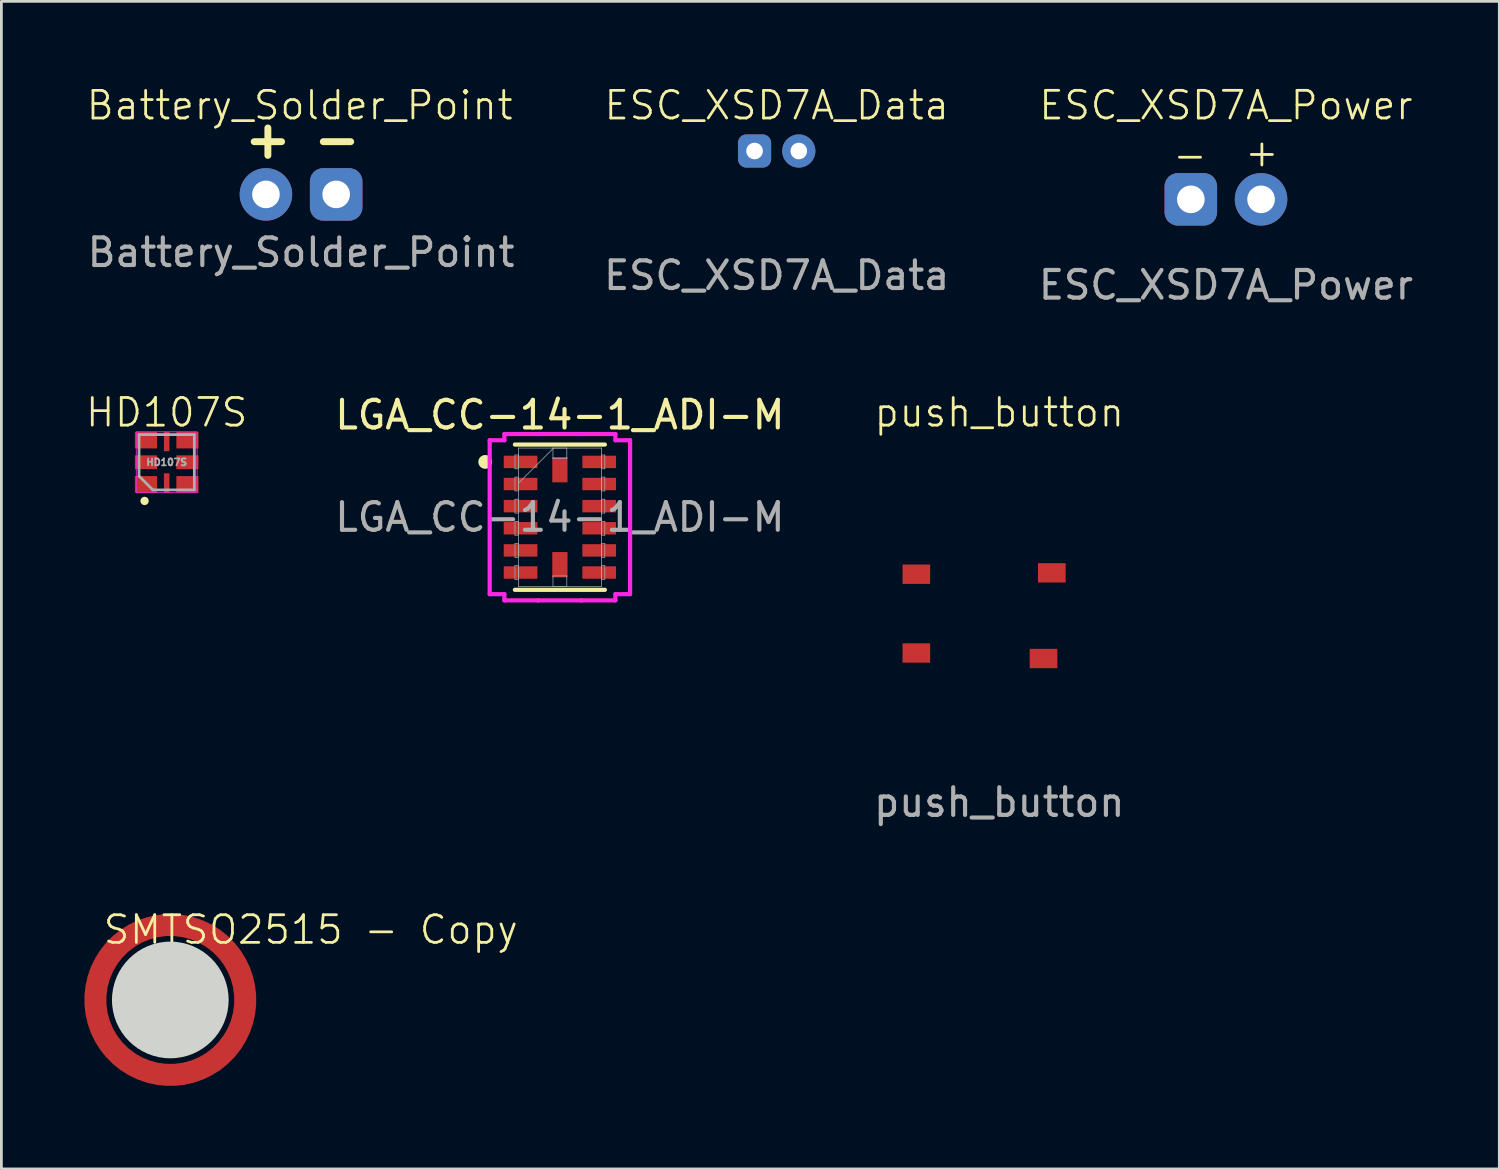
<source format=kicad_pcb>
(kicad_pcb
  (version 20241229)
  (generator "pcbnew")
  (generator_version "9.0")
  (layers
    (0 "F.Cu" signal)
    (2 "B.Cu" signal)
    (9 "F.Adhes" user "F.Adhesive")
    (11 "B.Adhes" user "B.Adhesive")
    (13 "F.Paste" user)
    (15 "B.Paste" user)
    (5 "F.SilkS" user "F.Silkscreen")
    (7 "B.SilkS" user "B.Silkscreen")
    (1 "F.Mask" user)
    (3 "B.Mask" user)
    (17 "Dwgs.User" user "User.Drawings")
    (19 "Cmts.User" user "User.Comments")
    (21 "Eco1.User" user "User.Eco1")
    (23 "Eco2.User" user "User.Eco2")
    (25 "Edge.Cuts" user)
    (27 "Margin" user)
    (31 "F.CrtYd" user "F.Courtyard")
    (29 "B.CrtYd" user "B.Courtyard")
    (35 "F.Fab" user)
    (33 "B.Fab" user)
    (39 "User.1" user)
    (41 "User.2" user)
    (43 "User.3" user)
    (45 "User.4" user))
  (footprint "Battery_Solder_Point"
    (layer "F.Cu")
    (at 7.839 3.981)
    (property "Reference" "Battery_Solder_Point" (at -0.05 -3.22 0) (unlocked yes) (layer "F.SilkS") (effects (font (size 1 1) (thickness 0.1))))
    (attr through_hole)
    (fp_text user "+" (at -1.2 -2 0) (unlocked yes) (layer "F.SilkS") (effects (font (size 1.3 1.3) (thickness 0.25) (bold yes))))
    (fp_text user "-" (at 1.3 -2 0) (unlocked yes) (layer "F.SilkS") (effects (font (size 1.3 1.3) (thickness 0.25) (bold yes))))
    (fp_text user "${REFERENCE}" (at 0 2.1 0) (unlocked yes) (layer "F.Fab") (effects (font (size 1 1) (thickness 0.15))))
    (pad "1" thru_hole circle (at -1.27 0) (size 1.9 1.9) (drill 1) (layers "*.Cu" "*.Mask"))
    (pad "2" thru_hole roundrect (at 1.27 0) (size 1.9 1.9) (drill 1) (layers "*.Cu" "*.Mask") (roundrect_rratio 0.25)))
  (footprint "push_button"
    (layer "F.Cu")
    (at 33.094 19.069)
    (property "Reference" "push_button" (at 0 -7.2 0) (unlocked yes) (layer "F.SilkS") (effects (font (size 1 1) (thickness 0.1))))
    (attr smd)
    (fp_text user "${REFERENCE}" (at 0 6.9 0) (unlocked yes) (layer "F.Fab") (effects (font (size 1 1) (thickness 0.15))))
    (pad "1" smd rect (at -3 -1.35) (size 1 0.7) (layers "F.Cu" "F.Mask" "F.Paste"))
    (pad "2" smd rect (at -3 1.5) (size 1 0.7) (layers "F.Cu" "F.Mask" "F.Paste"))
    (pad "3" smd rect (at 1.6 1.7) (size 1 0.7) (layers "F.Cu" "F.Mask" "F.Paste"))
    (pad "4" smd rect (at 1.9 -1.4) (size 1 0.7) (layers "F.Cu" "F.Mask" "F.Paste")))
  (footprint "SMTSO2515 - Copy"
    (layer "F.Cu")
    (at 3.11 33.118)
    (property "Reference" "SMTSO2515 - Copy" (at 5.08 -2.54 0) (unlocked yes) (layer "F.SilkS") (effects (font (size 1 1) (thickness 0.1))))
    (attr smd)
    (fp_arc (start -2.341618 1.3375) (mid -2.7 0) (end -2.341618 -1.3375) (stroke (width 0.8) (type default)) (layer "F.Paste"))
    (fp_arc (start -1.337501 -2.341618) (mid -0.000001 -2.7) (end 1.337499 -2.341618) (stroke (width 0.8) (type default)) (layer "F.Paste"))
    (fp_arc (start 1.337499 2.341618) (mid -0.000001 2.7) (end -1.337501 2.341618) (stroke (width 0.8) (type default)) (layer "F.Paste"))
    (fp_arc (start 2.341618 -1.3375) (mid 2.7 0) (end 2.341618 1.3375) (stroke (width 0.8) (type default)) (layer "F.Paste"))
    (fp_circle (center 0 0) (end 2.11 0) (stroke (width 0) (type solid)) (fill yes) (layer "Edge.Cuts"))
    (pad "1" smd custom (at -2.675 0) (size 0.1 0.1) (layers "F.Cu" "F.Mask") (options (anchor rect)) (primitives (gr_circle (center 2.675 0) (end 5.385 0) (width 0.8) (fill no)))))
  (footprint "ESC_XSD7A_Data"
    (layer "F.Cu")
    (at 25.042 2.412)
    (property "Reference" "ESC_XSD7A_Data" (at 0 -1.651 0) (unlocked yes) (layer "F.SilkS") (effects (font (size 1 1) (thickness 0.1))))
    (attr through_hole)
    (fp_text user "${REFERENCE}" (at 0 4.5 0) (unlocked yes) (layer "F.Fab") (effects (font (size 1 1) (thickness 0.15))))
    (pad "1" thru_hole roundrect (at -0.8 0) (size 1.2 1.2) (drill 0.6) (layers "*.Cu" "*.Mask") (roundrect_rratio 0.25))
    (pad "2" thru_hole circle (at 0.8 0) (size 1.2 1.2) (drill 0.6) (layers "*.Cu" "*.Mask")))
  (footprint "ESC_XSD7A_Power"
    (layer "F.Cu")
    (at 41.292 4.16)
    (property "Reference" "ESC_XSD7A_Power" (at 0 -3.4 0) (unlocked yes) (layer "F.SilkS") (effects (font (size 1 1) (thickness 0.1))))
    (attr through_hole)
    (fp_text user "-" (at -1.3 -1.6 0) (unlocked yes) (layer "F.SilkS") (effects (font (size 1 1) (thickness 0.1))))
    (fp_text user "+" (at 1.3 -1.7 0) (unlocked yes) (layer "F.SilkS") (effects (font (size 1 1) (thickness 0.1))))
    (fp_text user "${REFERENCE}" (at 0 3.1 0) (unlocked yes) (layer "F.Fab") (effects (font (size 1 1) (thickness 0.15))))
    (pad "1" thru_hole roundrect (at -1.27 0) (size 1.9 1.9) (drill 1) (layers "*.Cu" "*.Mask") (roundrect_rratio 0.25))
    (pad "2" thru_hole circle (at 1.27 0) (size 1.9 1.9) (drill 1) (layers "*.Cu" "*.Mask")))
  (footprint "HD107S"
    (layer "F.Cu")
    (at 2.979 13.669)
    (property "Reference" "HD107S" (at 0 -1.8 0) (unlocked yes) (layer "F.SilkS") (effects (font (size 1 1) (thickness 0.1))))
    (attr smd)
    (fp_circle (center -0.8 1.4) (end -0.7 1.4) (stroke (width 0.1) (type solid)) (fill yes) (layer "F.SilkS"))
    (fp_rect (start -1.1 -1.1) (end 1.1 1.1) (stroke (width 0.03) (type default)) (fill no) (layer "F.CrtYd"))
    (fp_line (start -1 -1) (end -1 0.5) (stroke (width 0.1) (type default)) (layer "F.Fab"))
    (fp_line (start -1 0.5) (end -0.5 1) (stroke (width 0.1) (type default)) (layer "F.Fab"))
    (fp_line (start -0.5 1) (end 1 1) (stroke (width 0.1) (type default)) (layer "F.Fab"))
    (fp_line (start 1 -1) (end -1 -1) (stroke (width 0.1) (type default)) (layer "F.Fab"))
    (fp_line (start 1 1) (end 1 -1) (stroke (width 0.1) (type default)) (layer "F.Fab"))
    (fp_text user "${REFERENCE}" (at 0 0 0) (unlocked yes) (layer "F.Fab") (effects (font (size 0.25 0.25) (thickness 0.062))))
    (pad "" smd rect (at 0 -0.75) (size 0.2 0.7) (layers "F.Cu" "F.Mask" "F.Paste"))
    (pad "" smd rect (at 0 0.75) (size 0.2 0.7) (layers "F.Cu" "F.Mask" "F.Paste"))
    (pad "1" smd rect (at -0.75 -0.8) (size 0.8 0.6) (layers "F.Cu" "F.Mask" "F.Paste"))
    (pad "2" smd rect (at -0.75 0) (size 0.8 0.5) (layers "F.Cu" "F.Mask" "F.Paste"))
    (pad "3" smd rect (at -0.75 0.8) (size 0.8 0.6) (layers "F.Cu" "F.Mask" "F.Paste"))
    (pad "4" smd rect (at 0.75 -0.8) (size 0.8 0.6) (layers "F.Cu" "F.Mask" "F.Paste"))
    (pad "5" smd rect (at 0.75 0) (size 0.8 0.5) (layers "F.Cu" "F.Mask" "F.Paste"))
    (pad "6" smd rect (at 0.75 0.8) (size 0.8 0.6) (layers "F.Cu" "F.Mask" "F.Paste")))
  (footprint "LGA_CC-14-1_ADI-M"
    (layer "F.Cu")
    (at 17.201 15.657)
    (property "Reference" "LGA_CC-14-1_ADI-M" (at 0 -3.7 0) (unlocked yes) (layer "F.SilkS") (effects (font (size 1 1) (thickness 0.15))))
    (attr smd)
    (fp_line (start -1.627 2.627) (end 1.627 2.627) (stroke (width 0.152) (type solid)) (layer "F.SilkS"))
    (fp_line (start 1.627 -2.627) (end -1.627 -2.627) (stroke (width 0.152) (type solid)) (layer "F.SilkS"))
    (fp_circle (center -2.7 -2) (end -2.5 -2) (stroke (width 0.1) (type solid)) (fill yes) (layer "F.SilkS"))
    (fp_line (start -2.539 -2.783) (end -2.008 -2.783) (stroke (width 0.152) (type solid)) (layer "F.CrtYd"))
    (fp_line (start -2.539 2.783) (end -2.539 -2.783) (stroke (width 0.152) (type solid)) (layer "F.CrtYd"))
    (fp_line (start -2.008 -3.008) (end -0.783 -3.008) (stroke (width 0.152) (type solid)) (layer "F.CrtYd"))
    (fp_line (start -2.008 -2.783) (end -2.008 -3.008) (stroke (width 0.152) (type solid)) (layer "F.CrtYd"))
    (fp_line (start -2.008 2.783) (end -2.539 2.783) (stroke (width 0.152) (type solid)) (layer "F.CrtYd"))
    (fp_line (start -2.008 3.008) (end -2.008 2.783) (stroke (width 0.152) (type solid)) (layer "F.CrtYd"))
    (fp_line (start -0.783 -3.008) (end -0.783 -3.008) (stroke (width 0.152) (type solid)) (layer "F.CrtYd"))
    (fp_line (start -0.783 -3.008) (end 0.783 -3.008) (stroke (width 0.152) (type solid)) (layer "F.CrtYd"))
    (fp_line (start -0.783 3.008) (end -2.008 3.008) (stroke (width 0.152) (type solid)) (layer "F.CrtYd"))
    (fp_line (start -0.783 3.008) (end -0.783 3.008) (stroke (width 0.152) (type solid)) (layer "F.CrtYd"))
    (fp_line (start 0.783 -3.008) (end 0.783 -3.008) (stroke (width 0.152) (type solid)) (layer "F.CrtYd"))
    (fp_line (start 0.783 -3.008) (end 2.008 -3.008) (stroke (width 0.152) (type solid)) (layer "F.CrtYd"))
    (fp_line (start 0.783 3.008) (end -0.783 3.008) (stroke (width 0.152) (type solid)) (layer "F.CrtYd"))
    (fp_line (start 0.783 3.008) (end 0.783 3.008) (stroke (width 0.152) (type solid)) (layer "F.CrtYd"))
    (fp_line (start 2.008 -3.008) (end 2.008 -2.783) (stroke (width 0.152) (type solid)) (layer "F.CrtYd"))
    (fp_line (start 2.008 -2.783) (end 2.539 -2.783) (stroke (width 0.152) (type solid)) (layer "F.CrtYd"))
    (fp_line (start 2.008 2.783) (end 2.008 3.008) (stroke (width 0.152) (type solid)) (layer "F.CrtYd"))
    (fp_line (start 2.008 3.008) (end 0.783 3.008) (stroke (width 0.152) (type solid)) (layer "F.CrtYd"))
    (fp_line (start 2.539 -2.783) (end 2.539 2.783) (stroke (width 0.152) (type solid)) (layer "F.CrtYd"))
    (fp_line (start 2.539 2.783) (end 2.008 2.783) (stroke (width 0.152) (type solid)) (layer "F.CrtYd"))
    (fp_line (start -1.625 -2.25) (end -1.625 -1.75) (stroke (width 0.025) (type solid)) (layer "F.Fab"))
    (fp_line (start -1.625 -1.75) (end -1.5 -1.75) (stroke (width 0.025) (type solid)) (layer "F.Fab"))
    (fp_line (start -1.625 -1.45) (end -1.625 -0.95) (stroke (width 0.025) (type solid)) (layer "F.Fab"))
    (fp_line (start -1.625 -0.95) (end -1.5 -0.95) (stroke (width 0.025) (type solid)) (layer "F.Fab"))
    (fp_line (start -1.625 -0.65) (end -1.625 -0.15) (stroke (width 0.025) (type solid)) (layer "F.Fab"))
    (fp_line (start -1.625 -0.15) (end -1.5 -0.15) (stroke (width 0.025) (type solid)) (layer "F.Fab"))
    (fp_line (start -1.625 0.15) (end -1.625 0.65) (stroke (width 0.025) (type solid)) (layer "F.Fab"))
    (fp_line (start -1.625 0.65) (end -1.5 0.65) (stroke (width 0.025) (type solid)) (layer "F.Fab"))
    (fp_line (start -1.625 0.95) (end -1.625 1.45) (stroke (width 0.025) (type solid)) (layer "F.Fab"))
    (fp_line (start -1.625 1.45) (end -1.5 1.45) (stroke (width 0.025) (type solid)) (layer "F.Fab"))
    (fp_line (start -1.625 1.75) (end -1.625 2.25) (stroke (width 0.025) (type solid)) (layer "F.Fab"))
    (fp_line (start -1.625 2.25) (end -1.5 2.25) (stroke (width 0.025) (type solid)) (layer "F.Fab"))
    (fp_line (start -1.5 -2.5) (end -1.5 -2.5) (stroke (width 0.025) (type solid)) (layer "F.Fab"))
    (fp_line (start -1.5 -2.5) (end -1.5 2.5) (stroke (width 0.025) (type solid)) (layer "F.Fab"))
    (fp_line (start -1.5 -2.25) (end -1.625 -2.25) (stroke (width 0.025) (type solid)) (layer "F.Fab"))
    (fp_line (start -1.5 -1.75) (end -1.5 -2.25) (stroke (width 0.025) (type solid)) (layer "F.Fab"))
    (fp_line (start -1.5 -1.45) (end -1.625 -1.45) (stroke (width 0.025) (type solid)) (layer "F.Fab"))
    (fp_line (start -1.5 -1.23) (end -0.23 -2.5) (stroke (width 0.025) (type solid)) (layer "F.Fab"))
    (fp_line (start -1.5 -0.95) (end -1.5 -1.45) (stroke (width 0.025) (type solid)) (layer "F.Fab"))
    (fp_line (start -1.5 -0.65) (end -1.625 -0.65) (stroke (width 0.025) (type solid)) (layer "F.Fab"))
    (fp_line (start -1.5 -0.15) (end -1.5 -0.65) (stroke (width 0.025) (type solid)) (layer "F.Fab"))
    (fp_line (start -1.5 0.15) (end -1.625 0.15) (stroke (width 0.025) (type solid)) (layer "F.Fab"))
    (fp_line (start -1.5 0.65) (end -1.5 0.15) (stroke (width 0.025) (type solid)) (layer "F.Fab"))
    (fp_line (start -1.5 0.95) (end -1.625 0.95) (stroke (width 0.025) (type solid)) (layer "F.Fab"))
    (fp_line (start -1.5 1.45) (end -1.5 0.95) (stroke (width 0.025) (type solid)) (layer "F.Fab"))
    (fp_line (start -1.5 1.75) (end -1.625 1.75) (stroke (width 0.025) (type solid)) (layer "F.Fab"))
    (fp_line (start -1.5 2.25) (end -1.5 1.75) (stroke (width 0.025) (type solid)) (layer "F.Fab"))
    (fp_line (start -1.5 2.5) (end -1.5 2.5) (stroke (width 0.025) (type solid)) (layer "F.Fab"))
    (fp_line (start -1.5 2.5) (end 1.5 2.5) (stroke (width 0.025) (type solid)) (layer "F.Fab"))
    (fp_line (start -0.25 -2.5) (end 0.25 -2.5) (stroke (width 0.025) (type solid)) (layer "F.Fab"))
    (fp_line (start -0.25 -2.125) (end -0.25 -2.5) (stroke (width 0.025) (type solid)) (layer "F.Fab"))
    (fp_line (start -0.25 2.125) (end 0.25 2.125) (stroke (width 0.025) (type solid)) (layer "F.Fab"))
    (fp_line (start -0.25 2.5) (end -0.25 2.125) (stroke (width 0.025) (type solid)) (layer "F.Fab"))
    (fp_line (start 0.25 -2.5) (end 0.25 -2.125) (stroke (width 0.025) (type solid)) (layer "F.Fab"))
    (fp_line (start 0.25 -2.125) (end -0.25 -2.125) (stroke (width 0.025) (type solid)) (layer "F.Fab"))
    (fp_line (start 0.25 2.125) (end 0.25 2.5) (stroke (width 0.025) (type solid)) (layer "F.Fab"))
    (fp_line (start 0.25 2.5) (end -0.25 2.5) (stroke (width 0.025) (type solid)) (layer "F.Fab"))
    (fp_line (start 1.5 -2.5) (end -1.5 -2.5) (stroke (width 0.025) (type solid)) (layer "F.Fab"))
    (fp_line (start 1.5 -2.5) (end 1.5 -2.5) (stroke (width 0.025) (type solid)) (layer "F.Fab"))
    (fp_line (start 1.5 -2.25) (end 1.5 -1.75) (stroke (width 0.025) (type solid)) (layer "F.Fab"))
    (fp_line (start 1.5 -1.75) (end 1.625 -1.75) (stroke (width 0.025) (type solid)) (layer "F.Fab"))
    (fp_line (start 1.5 -1.45) (end 1.5 -0.95) (stroke (width 0.025) (type solid)) (layer "F.Fab"))
    (fp_line (start 1.5 -0.95) (end 1.625 -0.95) (stroke (width 0.025) (type solid)) (layer "F.Fab"))
    (fp_line (start 1.5 -0.65) (end 1.5 -0.15) (stroke (width 0.025) (type solid)) (layer "F.Fab"))
    (fp_line (start 1.5 -0.15) (end 1.625 -0.15) (stroke (width 0.025) (type solid)) (layer "F.Fab"))
    (fp_line (start 1.5 0.15) (end 1.5 0.65) (stroke (width 0.025) (type solid)) (layer "F.Fab"))
    (fp_line (start 1.5 0.65) (end 1.625 0.65) (stroke (width 0.025) (type solid)) (layer "F.Fab"))
    (fp_line (start 1.5 0.95) (end 1.5 1.45) (stroke (width 0.025) (type solid)) (layer "F.Fab"))
    (fp_line (start 1.5 1.45) (end 1.625 1.45) (stroke (width 0.025) (type solid)) (layer "F.Fab"))
    (fp_line (start 1.5 1.75) (end 1.5 2.25) (stroke (width 0.025) (type solid)) (layer "F.Fab"))
    (fp_line (start 1.5 2.25) (end 1.625 2.25) (stroke (width 0.025) (type solid)) (layer "F.Fab"))
    (fp_line (start 1.5 2.5) (end 1.5 -2.5) (stroke (width 0.025) (type solid)) (layer "F.Fab"))
    (fp_line (start 1.5 2.5) (end 1.5 2.5) (stroke (width 0.025) (type solid)) (layer "F.Fab"))
    (fp_line (start 1.625 -2.25) (end 1.5 -2.25) (stroke (width 0.025) (type solid)) (layer "F.Fab"))
    (fp_line (start 1.625 -1.75) (end 1.625 -2.25) (stroke (width 0.025) (type solid)) (layer "F.Fab"))
    (fp_line (start 1.625 -1.45) (end 1.5 -1.45) (stroke (width 0.025) (type solid)) (layer "F.Fab"))
    (fp_line (start 1.625 -0.95) (end 1.625 -1.45) (stroke (width 0.025) (type solid)) (layer "F.Fab"))
    (fp_line (start 1.625 -0.65) (end 1.5 -0.65) (stroke (width 0.025) (type solid)) (layer "F.Fab"))
    (fp_line (start 1.625 -0.15) (end 1.625 -0.65) (stroke (width 0.025) (type solid)) (layer "F.Fab"))
    (fp_line (start 1.625 0.15) (end 1.5 0.15) (stroke (width 0.025) (type solid)) (layer "F.Fab"))
    (fp_line (start 1.625 0.65) (end 1.625 0.15) (stroke (width 0.025) (type solid)) (layer "F.Fab"))
    (fp_line (start 1.625 0.95) (end 1.5 0.95) (stroke (width 0.025) (type solid)) (layer "F.Fab"))
    (fp_line (start 1.625 1.45) (end 1.625 0.95) (stroke (width 0.025) (type solid)) (layer "F.Fab"))
    (fp_line (start 1.625 1.75) (end 1.5 1.75) (stroke (width 0.025) (type solid)) (layer "F.Fab"))
    (fp_line (start 1.625 2.25) (end 1.625 1.75) (stroke (width 0.025) (type solid)) (layer "F.Fab"))
    (fp_text user "${REFERENCE}" (at 0 0 0) (unlocked yes) (layer "F.Fab") (effects (font (size 1 1) (thickness 0.15))))
    (pad "1" smd rect (at -1.422 -2 90) (size 0.449 1.219) (layers "F.Cu" "F.Mask" "F.Paste"))
    (pad "2" smd rect (at -1.422 -1.2 90) (size 0.449 1.219) (layers "F.Cu" "F.Mask" "F.Paste"))
    (pad "3" smd rect (at -1.422 -0.4 90) (size 0.449 1.219) (layers "F.Cu" "F.Mask" "F.Paste"))
    (pad "4" smd rect (at -1.422 0.4 90) (size 0.449 1.219) (layers "F.Cu" "F.Mask" "F.Paste"))
    (pad "5" smd rect (at -1.422 1.2 90) (size 0.449 1.219) (layers "F.Cu" "F.Mask" "F.Paste"))
    (pad "6" smd rect (at -1.422 2 90) (size 0.449 1.219) (layers "F.Cu" "F.Mask" "F.Paste"))
    (pad "7" smd rect (at 0 1.718) (size 0.551 0.915) (layers "F.Cu" "F.Mask" "F.Paste"))
    (pad "8" smd rect (at 1.422 2 90) (size 0.449 1.219) (layers "F.Cu" "F.Mask" "F.Paste"))
    (pad "9" smd rect (at 1.422 1.2 90) (size 0.449 1.219) (layers "F.Cu" "F.Mask" "F.Paste"))
    (pad "10" smd rect (at 1.422 0.4 90) (size 0.449 1.219) (layers "F.Cu" "F.Mask" "F.Paste"))
    (pad "11" smd rect (at 1.422 -0.4 90) (size 0.449 1.219) (layers "F.Cu" "F.Mask" "F.Paste"))
    (pad "12" smd rect (at 1.422 -1.2 90) (size 0.449 1.219) (layers "F.Cu" "F.Mask" "F.Paste"))
    (pad "13" smd rect (at 1.422 -2 90) (size 0.449 1.219) (layers "F.Cu" "F.Mask" "F.Paste"))
    (pad "14" smd rect (at 0 -1.718) (size 0.551 0.915) (layers "F.Cu" "F.Mask" "F.Paste")))
  (gr_rect
    (start -3 -3)
    (end 51.179 39.228)
    (stroke (width 0.1) (type default))
    (fill no)
    (layer "Edge.Cuts")))
</source>
